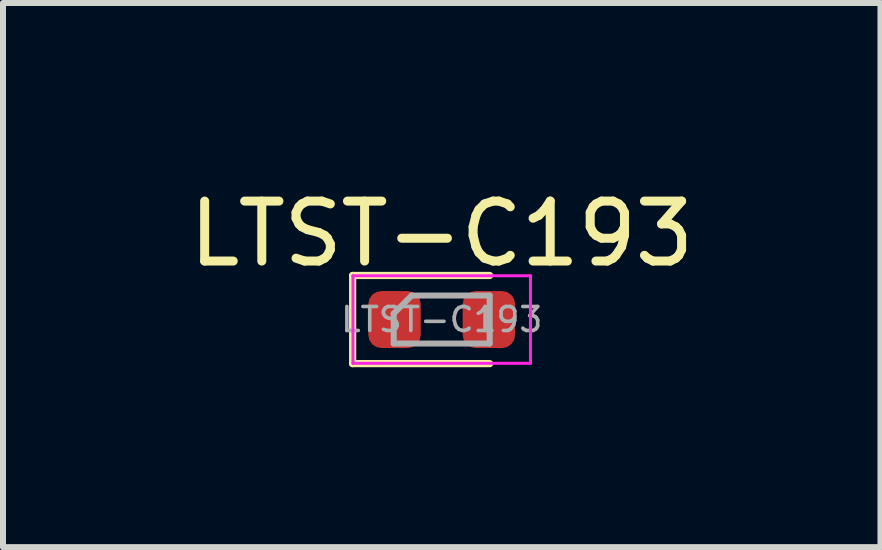
<source format=kicad_pcb>
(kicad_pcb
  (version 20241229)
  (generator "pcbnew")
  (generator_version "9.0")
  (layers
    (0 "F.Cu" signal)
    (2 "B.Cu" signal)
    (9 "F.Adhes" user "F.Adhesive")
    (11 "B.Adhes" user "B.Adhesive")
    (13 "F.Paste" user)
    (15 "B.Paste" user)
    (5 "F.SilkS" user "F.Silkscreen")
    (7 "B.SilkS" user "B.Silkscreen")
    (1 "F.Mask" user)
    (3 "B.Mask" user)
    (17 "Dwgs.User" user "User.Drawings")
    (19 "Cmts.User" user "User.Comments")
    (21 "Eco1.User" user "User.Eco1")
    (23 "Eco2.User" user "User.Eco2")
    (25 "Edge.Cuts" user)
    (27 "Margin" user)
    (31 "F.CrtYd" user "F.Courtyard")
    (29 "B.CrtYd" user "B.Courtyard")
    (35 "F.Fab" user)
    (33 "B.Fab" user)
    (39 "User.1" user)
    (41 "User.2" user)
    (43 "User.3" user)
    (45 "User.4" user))
  (footprint "LTST-C193"
    (layer "F.Cu")
    (at 4.315 2.278)
    (property "Reference" "LTST-C193" (at 0 -1.43 0) (layer "F.SilkS") (effects (font (size 1 1) (thickness 0.15))))
    (attr smd)
    (fp_line (start -1.485 -0.735) (end -1.485 0.735) (stroke (width 0.12) (type solid)) (layer "F.SilkS"))
    (fp_line (start -1.485 0.735) (end 0.8 0.735) (stroke (width 0.12) (type solid)) (layer "F.SilkS"))
    (fp_line (start 0.8 -0.735) (end -1.485 -0.735) (stroke (width 0.12) (type solid)) (layer "F.SilkS"))
    (fp_line (start -1.48 -0.73) (end 1.48 -0.73) (stroke (width 0.05) (type solid)) (layer "F.CrtYd"))
    (fp_line (start -1.48 0.73) (end -1.48 -0.73) (stroke (width 0.05) (type solid)) (layer "F.CrtYd"))
    (fp_line (start 1.48 -0.73) (end 1.48 0.73) (stroke (width 0.05) (type solid)) (layer "F.CrtYd"))
    (fp_line (start 1.48 0.73) (end -1.48 0.73) (stroke (width 0.05) (type solid)) (layer "F.CrtYd"))
    (fp_line (start -0.8 -0.1) (end -0.8 0.4) (stroke (width 0.1) (type solid)) (layer "F.Fab"))
    (fp_line (start -0.8 0.4) (end 0.8 0.4) (stroke (width 0.1) (type solid)) (layer "F.Fab"))
    (fp_line (start -0.5 -0.4) (end -0.8 -0.1) (stroke (width 0.1) (type solid)) (layer "F.Fab"))
    (fp_line (start 0.8 -0.4) (end -0.5 -0.4) (stroke (width 0.1) (type solid)) (layer "F.Fab"))
    (fp_line (start 0.8 0.4) (end 0.8 -0.4) (stroke (width 0.1) (type solid)) (layer "F.Fab"))
    (fp_text user "${REFERENCE}" (at 0 0 0) (layer "F.Fab") (effects (font (size 0.4 0.4) (thickness 0.06))))
    (pad "A" smd roundrect (at 0.787 0) (size 0.875 0.95) (layers "F.Cu" "F.Mask" "F.Paste") (roundrect_rratio 0.25))
    (pad "K" smd roundrect (at -0.787 0) (size 0.875 0.95) (layers "F.Cu" "F.Mask" "F.Paste") (roundrect_rratio 0.25)))
  (gr_rect
    (start -3 -3)
    (end 11.631 6.073)
    (stroke (width 0.1) (type default))
    (fill no)
    (layer "Edge.Cuts")))
</source>
